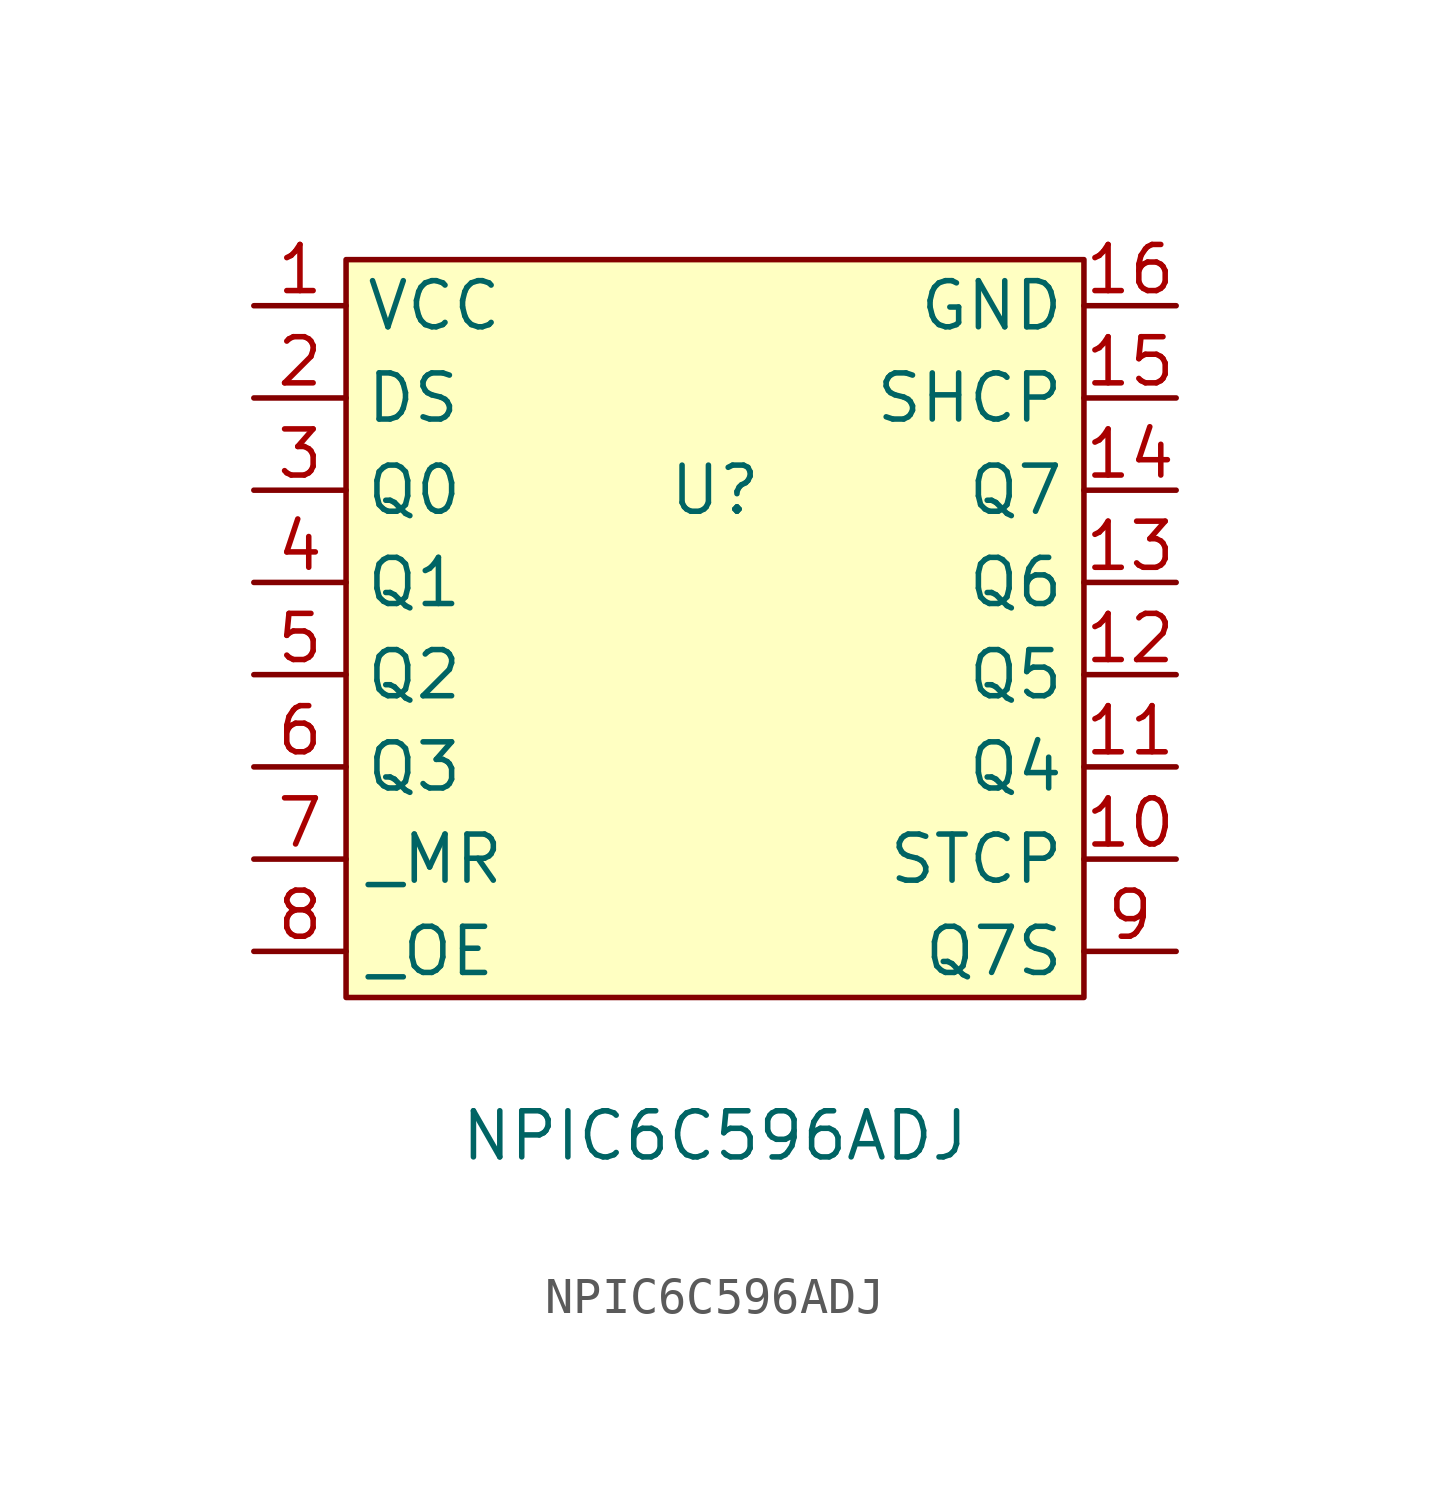
<source format=kicad_sym>
(kicad_symbol_lib
  (version 20211014)
  (generator kicad_symbol_editor)
  (symbol "NPIC6C596ADJ"
    (property "Reference" "U"
      (at 0 6.35 0)
      (effects (font (size 1.27 1.27))))
    (property "Value" "NPIC6C596ADJ"
      (at 0 -11.43 0)
      (effects (font (size 1.27 1.27))))
    (symbol "NPIC6C596ADJ_0_1"
      (rectangle (start -10.16 12.7) (end 10.16 -7.62) (stroke (width 0) (type default) (color 0 0 0 0)) (fill (type background))))
    (symbol "NPIC6C596ADJ_1_1"
      (pin power_in line (at -12.7 11.43 0) (length 2.54) (name "VCC" (effects (font (size 1.27 1.27)))) (number "1" (effects (font (size 1.27 1.27)))))
      (pin input line (at 12.7 -3.81 180) (length 2.54) (name "STCP" (effects (font (size 1.27 1.27)))) (number "10" (effects (font (size 1.27 1.27)))))
      (pin open_collector line (at 12.7 -1.27 180) (length 2.54) (name "Q4" (effects (font (size 1.27 1.27)))) (number "11" (effects (font (size 1.27 1.27)))))
      (pin open_collector line (at 12.7 1.27 180) (length 2.54) (name "Q5" (effects (font (size 1.27 1.27)))) (number "12" (effects (font (size 1.27 1.27)))))
      (pin open_collector line (at 12.7 3.81 180) (length 2.54) (name "Q6" (effects (font (size 1.27 1.27)))) (number "13" (effects (font (size 1.27 1.27)))))
      (pin open_collector line (at 12.7 6.35 180) (length 2.54) (name "Q7" (effects (font (size 1.27 1.27)))) (number "14" (effects (font (size 1.27 1.27)))))
      (pin input line (at 12.7 8.89 180) (length 2.54) (name "SHCP" (effects (font (size 1.27 1.27)))) (number "15" (effects (font (size 1.27 1.27)))))
      (pin power_in line (at 12.7 11.43 180) (length 2.54) (name "GND" (effects (font (size 1.27 1.27)))) (number "16" (effects (font (size 1.27 1.27)))))
      (pin input line (at -12.7 8.89 0) (length 2.54) (name "DS" (effects (font (size 1.27 1.27)))) (number "2" (effects (font (size 1.27 1.27)))))
      (pin open_collector line (at -12.7 6.35 0) (length 2.54) (name "Q0" (effects (font (size 1.27 1.27)))) (number "3" (effects (font (size 1.27 1.27)))))
      (pin open_collector line (at -12.7 3.81 0) (length 2.54) (name "Q1" (effects (font (size 1.27 1.27)))) (number "4" (effects (font (size 1.27 1.27)))))
      (pin open_collector line (at -12.7 1.27 0) (length 2.54) (name "Q2" (effects (font (size 1.27 1.27)))) (number "5" (effects (font (size 1.27 1.27)))))
      (pin open_collector line (at -12.7 -1.27 0) (length 2.54) (name "Q3" (effects (font (size 1.27 1.27)))) (number "6" (effects (font (size 1.27 1.27)))))
      (pin input line (at -12.7 -3.81 0) (length 2.54) (name "_MR" (effects (font (size 1.27 1.27)))) (number "7" (effects (font (size 1.27 1.27)))))
      (pin input line (at -12.7 -6.35 0) (length 2.54) (name "_OE" (effects (font (size 1.27 1.27)))) (number "8" (effects (font (size 1.27 1.27)))))
      (pin open_collector line (at 12.7 -6.35 180) (length 2.54) (name "Q7S" (effects (font (size 1.27 1.27)))) (number "9" (effects (font (size 1.27 1.27))))))))
</source>
